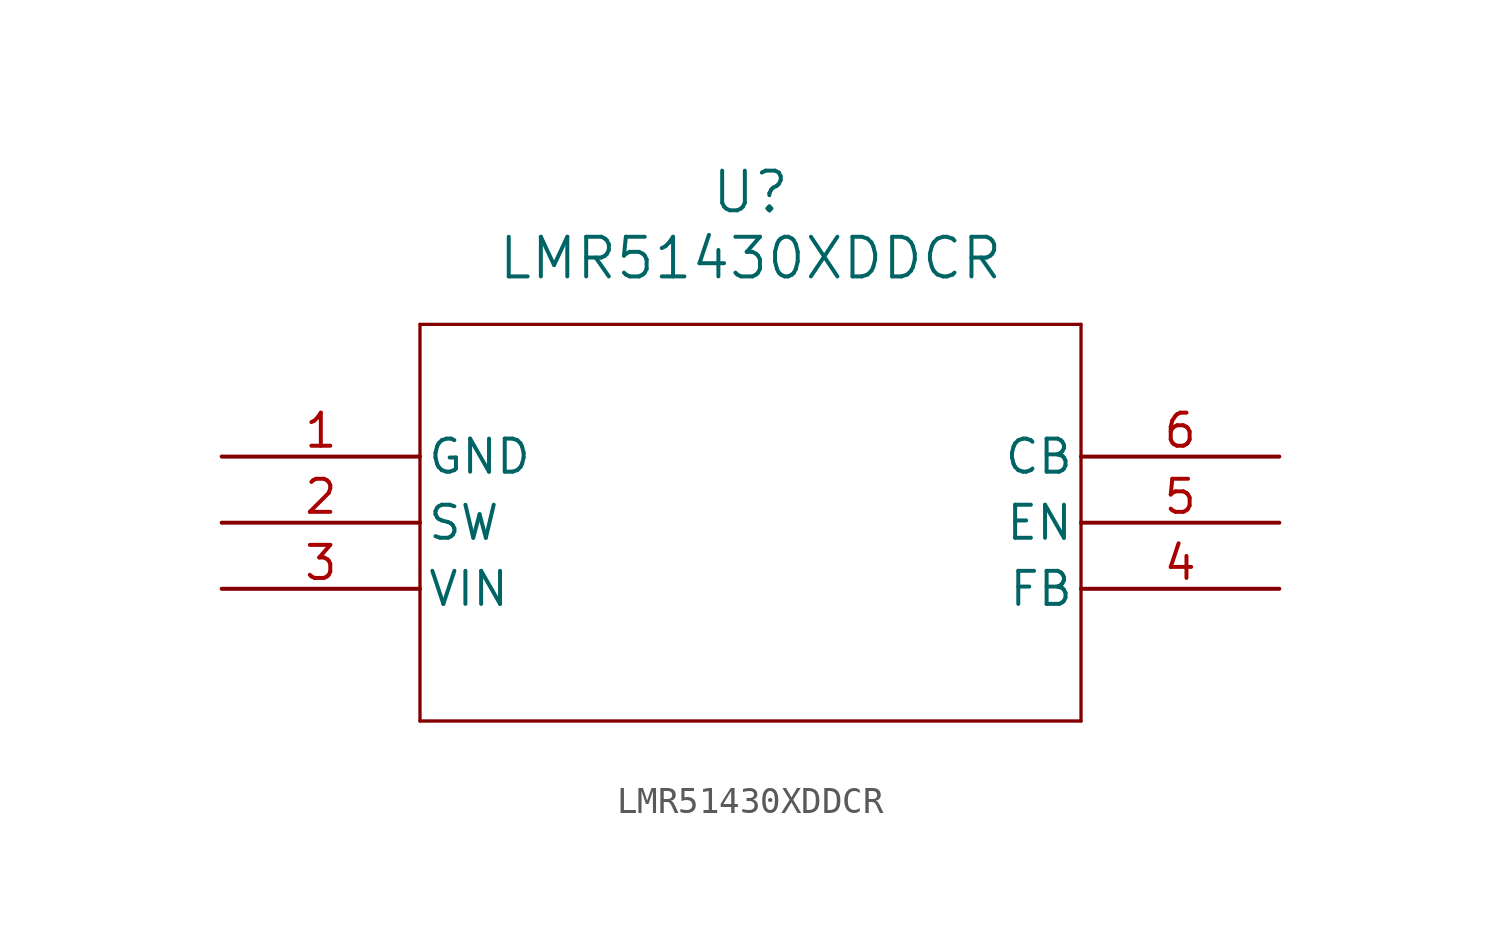
<source format=kicad_sym>
(kicad_symbol_lib
  (version 20211014)
  (generator kicad_symbol_editor)
  (symbol "LMR51430XDDCR"
    (pin_names
      (offset 0.254))
    (property "Reference" "U"
      (at 20.32 10.16 0)
      (effects (font (size 1.524 1.524))))
    (property "Value" "LMR51430XDDCR"
      (at 20.32 7.62 0)
      (effects (font (size 1.524 1.524))))
    (polyline
      (pts (xy 7.62 5.08) (xy 7.62 -10.16))
      (stroke (width 0.127) (type default) (color 0 0 0 0))
      (fill (type none)))
    (polyline
      (pts (xy 7.62 -10.16) (xy 33.02 -10.16))
      (stroke (width 0.127) (type default) (color 0 0 0 0))
      (fill (type none)))
    (polyline
      (pts (xy 33.02 -10.16) (xy 33.02 5.08))
      (stroke (width 0.127) (type default) (color 0 0 0 0))
      (fill (type none)))
    (polyline
      (pts (xy 33.02 5.08) (xy 7.62 5.08))
      (stroke (width 0.127) (type default) (color 0 0 0 0))
      (fill (type none)))
    (pin power_out line
      (at 0 0 0)
      (length 7.62)
      (name "GND" (effects (font (size 1.27 1.27))))
      (number "1" (effects (font (size 1.27 1.27)))))
    (pin power_in line
      (at 0 -2.54 0)
      (length 7.62)
      (name "SW" (effects (font (size 1.27 1.27))))
      (number "2" (effects (font (size 1.27 1.27)))))
    (pin power_in line
      (at 0 -5.08 0)
      (length 7.62)
      (name "VIN" (effects (font (size 1.27 1.27))))
      (number "3" (effects (font (size 1.27 1.27)))))
    (pin unspecified line
      (at 40.64 -5.08 180)
      (length 7.62)
      (name "FB" (effects (font (size 1.27 1.27))))
      (number "4" (effects (font (size 1.27 1.27)))))
    (pin unspecified line
      (at 40.64 -2.54 180)
      (length 7.62)
      (name "EN" (effects (font (size 1.27 1.27))))
      (number "5" (effects (font (size 1.27 1.27)))))
    (pin power_in line
      (at 40.64 0 180)
      (length 7.62)
      (name "CB" (effects (font (size 1.27 1.27))))
      (number "6" (effects (font (size 1.27 1.27)))))))
</source>
